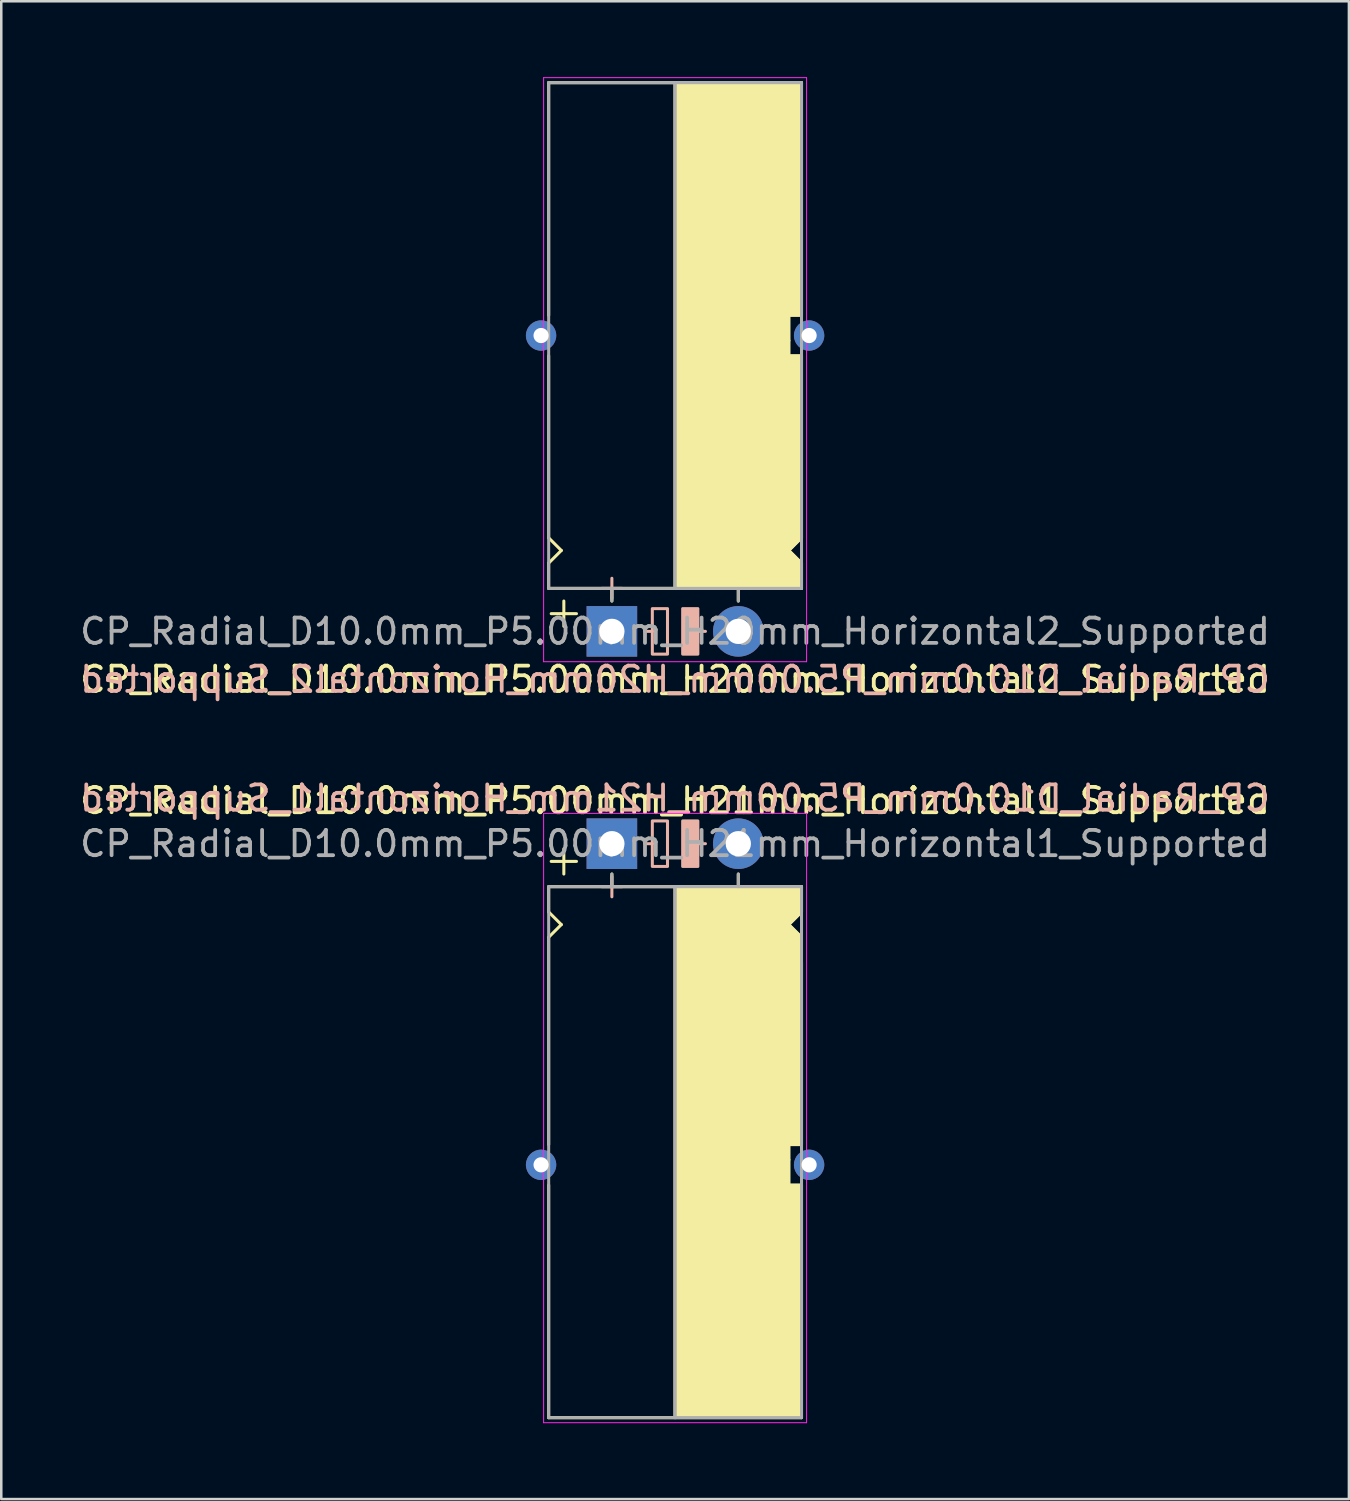
<source format=kicad_pcb>
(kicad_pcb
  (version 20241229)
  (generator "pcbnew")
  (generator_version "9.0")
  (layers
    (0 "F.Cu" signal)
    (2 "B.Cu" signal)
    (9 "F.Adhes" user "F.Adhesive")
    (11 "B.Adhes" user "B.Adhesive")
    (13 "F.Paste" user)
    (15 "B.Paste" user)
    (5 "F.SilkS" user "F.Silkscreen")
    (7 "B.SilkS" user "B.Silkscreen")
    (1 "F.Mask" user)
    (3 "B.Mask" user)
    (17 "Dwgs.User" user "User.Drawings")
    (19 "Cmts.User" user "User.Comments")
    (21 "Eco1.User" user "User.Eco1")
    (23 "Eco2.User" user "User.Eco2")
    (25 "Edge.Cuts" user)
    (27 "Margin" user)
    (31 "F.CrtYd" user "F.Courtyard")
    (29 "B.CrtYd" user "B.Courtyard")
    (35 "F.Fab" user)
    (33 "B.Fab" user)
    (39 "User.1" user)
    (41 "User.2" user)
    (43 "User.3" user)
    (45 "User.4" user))
  (footprint "CP_Radial_D10.0mm_P5.00mm_H21mm_Horizontal1_Supported"
    (layer "F.Cu")
    (at 21.149 30.317)
    (property "Reference" "CP_Radial_D10.0mm_P5.00mm_H21mm_Horizontal1_Supported" (at 2.5 -1.7 0) (layer "F.SilkS") (effects (font (size 1 1) (thickness 0.15))))
    (fp_line (start -2.5 1.7) (end -2.5 2.7) (stroke (width 0.12) (type solid)) (layer "F.SilkS"))
    (fp_line (start -2.5 2.7) (end -2 3.2) (stroke (width 0.12) (type solid)) (layer "F.SilkS"))
    (fp_line (start -2.5 3.7) (end -2.5 11.9) (stroke (width 0.12) (type solid)) (layer "F.SilkS"))
    (fp_line (start -2.5 13.5) (end -2.5 22.7) (stroke (width 0.12) (type solid)) (layer "F.SilkS"))
    (fp_line (start -2.5 22.7) (end 7.5 22.7) (stroke (width 0.12) (type solid)) (layer "F.SilkS"))
    (fp_line (start -2 3.2) (end -2.5 3.7) (stroke (width 0.12) (type solid)) (layer "F.SilkS"))
    (fp_line (start -1.9 0.2) (end -1.9 1.2) (stroke (width 0.12) (type solid)) (layer "F.SilkS"))
    (fp_line (start -1.4 0.7) (end -2.4 0.7) (stroke (width 0.12) (type solid)) (layer "F.SilkS"))
    (fp_line (start 0 1.7) (end 0 1.2) (stroke (width 0.12) (type solid)) (layer "F.SilkS"))
    (fp_line (start 2.5 1.7) (end -2.5 1.7) (stroke (width 0.12) (type solid)) (layer "F.SilkS"))
    (fp_line (start 2.5 22.7) (end 2.5 1.7) (stroke (width 0.12) (type solid)) (layer "F.SilkS"))
    (fp_line (start 5 1.7) (end 5 1.2) (stroke (width 0.12) (type solid)) (layer "F.SilkS"))
    (fp_line (start 7 3.2) (end 7.5 3.7) (stroke (width 0.12) (type solid)) (layer "F.SilkS"))
    (fp_line (start 7 11.9) (end 7.5 11.9) (stroke (width 0.12) (type solid)) (layer "F.SilkS"))
    (fp_line (start 7 12.5) (end 7 11.9) (stroke (width 0.12) (type solid)) (layer "F.SilkS"))
    (fp_line (start 7 13.5) (end 7 12.5) (stroke (width 0.12) (type solid)) (layer "F.SilkS"))
    (fp_line (start 7.5 1.7) (end 2.5 1.7) (stroke (width 0.12) (type solid)) (layer "F.SilkS"))
    (fp_line (start 7.5 1.7) (end 7.5 2.7) (stroke (width 0.12) (type solid)) (layer "F.SilkS"))
    (fp_line (start 7.5 2.7) (end 7 3.2) (stroke (width 0.12) (type solid)) (layer "F.SilkS"))
    (fp_line (start 7.5 4.7) (end 7.5 11.9) (stroke (width 0.12) (type solid)) (layer "F.SilkS"))
    (fp_line (start 7.5 13.5) (end 7 13.5) (stroke (width 0.12) (type solid)) (layer "F.SilkS"))
    (fp_line (start 7.5 13.5) (end 7.5 22.7) (stroke (width 0.12) (type solid)) (layer "F.SilkS"))
    (fp_poly (pts (xy 7.5 2.7) (xy 7 3.2) (xy 7.5 3.7) (xy 7.5 11.9) (xy 7 11.9) (xy 7 13.5) (xy 7.5 13.5) (xy 7.5 22.7) (xy 2.5 22.7) (xy 2.5 1.7) (xy 7.5 1.7)) (stroke (width 0.1) (type solid)) (fill yes) (layer "F.SilkS"))
    (fp_line (start 0 1.3) (end 0 2.1) (stroke (width 0.12) (type solid)) (layer "B.SilkS"))
    (fp_line (start 0.4 1.7) (end -0.4 1.7) (stroke (width 0.12) (type solid)) (layer "B.SilkS"))
    (fp_line (start 1.6 0) (end 1.3 0) (stroke (width 0.12) (type solid)) (layer "B.SilkS"))
    (fp_line (start 3.7 0) (end 3.4 0) (stroke (width 0.12) (type solid)) (layer "B.SilkS"))
    (fp_rect (start 2.2 -0.9) (end 1.6 0.9) (stroke (width 0.12) (type solid)) (fill no) (layer "B.SilkS"))
    (fp_rect (start 3.4 -0.9) (end 2.8 0.9) (stroke (width 0.12) (type solid)) (fill yes) (layer "B.SilkS"))
    (fp_line (start -2.7 -1.2) (end 5.3 -1.2) (stroke (width 0.04) (type solid)) (layer "F.CrtYd"))
    (fp_line (start -2.7 22.9) (end -2.7 -1.2) (stroke (width 0.04) (type solid)) (layer "F.CrtYd"))
    (fp_line (start 5.3 -1.2) (end 7.7 -1.2) (stroke (width 0.04) (type solid)) (layer "F.CrtYd"))
    (fp_line (start 7.7 -1.2) (end 7.7 22.9) (stroke (width 0.04) (type solid)) (layer "F.CrtYd"))
    (fp_line (start 7.7 22.9) (end -2.7 22.9) (stroke (width 0.04) (type solid)) (layer "F.CrtYd"))
    (fp_line (start -2.5 1.7) (end -2.5 22.7) (stroke (width 0.12) (type solid)) (layer "F.Fab"))
    (fp_line (start -2.5 22.7) (end 7.5 22.7) (stroke (width 0.12) (type solid)) (layer "F.Fab"))
    (fp_line (start 0 1.7) (end 0 1.2) (stroke (width 0.12) (type solid)) (layer "F.Fab"))
    (fp_line (start 2.5 1.7) (end 2.5 22.7) (stroke (width 0.12) (type solid)) (layer "F.Fab"))
    (fp_line (start 5 1.7) (end 5 1.2) (stroke (width 0.12) (type solid)) (layer "F.Fab"))
    (fp_line (start 7.5 1.7) (end -2.5 1.7) (stroke (width 0.12) (type solid)) (layer "F.Fab"))
    (fp_line (start 7.5 22.7) (end 7.5 1.7) (stroke (width 0.12) (type solid)) (layer "F.Fab"))
    (fp_poly (pts (xy 7.5 22.7) (xy 2.5 22.7) (xy 2.5 1.7) (xy 7.5 1.7)) (stroke (width 0.1) (type solid)) (fill no) (layer "F.Fab"))
    (fp_text user "${REFERENCE}" (at 2.5 -1.8 0) (layer "B.SilkS") (effects (font (size 1 1) (thickness 0.15)) (justify mirror)))
    (fp_text user "${REFERENCE}" (at 2.5 0 0) (layer "F.Fab") (effects (font (size 1 1) (thickness 0.15))))
    (pad "1" thru_hole rect (at 0 0) (size 2 2) (drill 1) (layers "*.Cu" "*.Mask"))
    (pad "2" thru_hole circle (at 5 0) (size 2 2) (drill 1) (layers "*.Cu" "*.Mask"))
    (pad "~" thru_hole circle (at -2.8 12.7) (size 1.2 1.2) (drill 0.6) (layers "*.Cu" "*.Mask"))
    (pad "~" thru_hole circle (at 7.8 12.7) (size 1.2 1.2) (drill 0.6) (layers "*.Cu" "*.Mask")))
  (footprint "CP_Radial_D10.0mm_P5.00mm_H20mm_Horizontal2_Supported"
    (layer "F.Cu")
    (at 21.149 21.92)
    (property "Reference" "CP_Radial_D10.0mm_P5.00mm_H20mm_Horizontal2_Supported" (at 2.5 1.9 0) (layer "F.SilkS") (effects (font (size 1 1) (thickness 0.15))))
    (fp_line (start -2.5 -21.7) (end 7.5 -21.7) (stroke (width 0.12) (type solid)) (layer "F.SilkS"))
    (fp_line (start -2.5 -12.5) (end -2.5 -21.7) (stroke (width 0.12) (type solid)) (layer "F.SilkS"))
    (fp_line (start -2.5 -3.7) (end -2.5 -10.9) (stroke (width 0.12) (type solid)) (layer "F.SilkS"))
    (fp_line (start -2.5 -2.7) (end -2 -3.2) (stroke (width 0.12) (type solid)) (layer "F.SilkS"))
    (fp_line (start -2.5 -1.7) (end -2.5 -2.7) (stroke (width 0.12) (type solid)) (layer "F.SilkS"))
    (fp_line (start -2 -3.2) (end -2.5 -3.7) (stroke (width 0.12) (type solid)) (layer "F.SilkS"))
    (fp_line (start -1.9 -1.2) (end -1.9 -0.2) (stroke (width 0.12) (type solid)) (layer "F.SilkS"))
    (fp_line (start -1.4 -0.7) (end -2.4 -0.7) (stroke (width 0.12) (type solid)) (layer "F.SilkS"))
    (fp_line (start 0 -1.7) (end 0 -1.2) (stroke (width 0.12) (type solid)) (layer "F.SilkS"))
    (fp_line (start 2.5 -21.7) (end 2.5 -1.7) (stroke (width 0.12) (type solid)) (layer "F.SilkS"))
    (fp_line (start 2.5 -1.7) (end -2.5 -1.7) (stroke (width 0.12) (type solid)) (layer "F.SilkS"))
    (fp_line (start 5 -1.7) (end 5 -1.2) (stroke (width 0.12) (type solid)) (layer "F.SilkS"))
    (fp_line (start 7 -12.5) (end 7 -11.5) (stroke (width 0.12) (type solid)) (layer "F.SilkS"))
    (fp_line (start 7 -11.5) (end 7 -10.9) (stroke (width 0.12) (type solid)) (layer "F.SilkS"))
    (fp_line (start 7 -10.9) (end 7.5 -10.9) (stroke (width 0.12) (type solid)) (layer "F.SilkS"))
    (fp_line (start 7 -3.2) (end 7.5 -3.7) (stroke (width 0.12) (type solid)) (layer "F.SilkS"))
    (fp_line (start 7.5 -12.5) (end 7 -12.5) (stroke (width 0.12) (type solid)) (layer "F.SilkS"))
    (fp_line (start 7.5 -12.5) (end 7.5 -21.7) (stroke (width 0.12) (type solid)) (layer "F.SilkS"))
    (fp_line (start 7.5 -3.7) (end 7.5 -10.9) (stroke (width 0.12) (type solid)) (layer "F.SilkS"))
    (fp_line (start 7.5 -2.7) (end 7 -3.2) (stroke (width 0.12) (type solid)) (layer "F.SilkS"))
    (fp_line (start 7.5 -1.7) (end 2.5 -1.7) (stroke (width 0.12) (type solid)) (layer "F.SilkS"))
    (fp_line (start 7.5 -1.7) (end 7.5 -2.7) (stroke (width 0.12) (type solid)) (layer "F.SilkS"))
    (fp_poly (pts (xy 7.5 -2.7) (xy 7 -3.2) (xy 7.5 -3.7) (xy 7.5 -10.9) (xy 7 -10.9) (xy 7 -12.5) (xy 7.5 -12.5) (xy 7.5 -21.7) (xy 2.5 -21.7) (xy 2.5 -1.7) (xy 7.5 -1.7)) (stroke (width 0.1) (type solid)) (fill yes) (layer "F.SilkS"))
    (fp_line (start 0 -2.1) (end 0 -1.3) (stroke (width 0.12) (type solid)) (layer "B.SilkS"))
    (fp_line (start 0.4 -1.7) (end -0.4 -1.7) (stroke (width 0.12) (type solid)) (layer "B.SilkS"))
    (fp_line (start 1.6 0) (end 1.3 0) (stroke (width 0.12) (type solid)) (layer "B.SilkS"))
    (fp_line (start 3.7 0) (end 3.4 0) (stroke (width 0.12) (type solid)) (layer "B.SilkS"))
    (fp_rect (start 2.2 -0.9) (end 1.6 0.9) (stroke (width 0.12) (type solid)) (fill no) (layer "B.SilkS"))
    (fp_rect (start 3.4 -0.9) (end 2.8 0.9) (stroke (width 0.12) (type solid)) (fill yes) (layer "B.SilkS"))
    (fp_line (start -2.7 -21.9) (end -2.7 1.2) (stroke (width 0.04) (type solid)) (layer "F.CrtYd"))
    (fp_line (start -2.7 1.2) (end 5.3 1.2) (stroke (width 0.04) (type solid)) (layer "F.CrtYd"))
    (fp_line (start 5.3 1.2) (end 7.7 1.2) (stroke (width 0.04) (type solid)) (layer "F.CrtYd"))
    (fp_line (start 7.7 -21.9) (end -2.7 -21.9) (stroke (width 0.04) (type solid)) (layer "F.CrtYd"))
    (fp_line (start 7.7 1.2) (end 7.7 -21.9) (stroke (width 0.04) (type solid)) (layer "F.CrtYd"))
    (fp_line (start -2.5 -21.7) (end 7.5 -21.7) (stroke (width 0.12) (type solid)) (layer "F.Fab"))
    (fp_line (start -2.5 -1.7) (end -2.5 -21.7) (stroke (width 0.12) (type solid)) (layer "F.Fab"))
    (fp_line (start 0 -1.7) (end 0 -1.2) (stroke (width 0.12) (type solid)) (layer "F.Fab"))
    (fp_line (start 2.5 -1.7) (end 2.5 -21.7) (stroke (width 0.12) (type solid)) (layer "F.Fab"))
    (fp_line (start 5 -1.7) (end 5 -1.2) (stroke (width 0.12) (type solid)) (layer "F.Fab"))
    (fp_line (start 7.5 -21.7) (end 7.5 -1.7) (stroke (width 0.12) (type solid)) (layer "F.Fab"))
    (fp_line (start 7.5 -1.7) (end -2.5 -1.7) (stroke (width 0.12) (type solid)) (layer "F.Fab"))
    (fp_poly (pts (xy 7.5 -21.7) (xy 2.5 -21.7) (xy 2.5 -1.7) (xy 7.5 -1.7)) (stroke (width 0.1) (type solid)) (fill no) (layer "F.Fab"))
    (fp_text user "${REFERENCE}" (at 2.5 1.9 0) (layer "B.SilkS") (effects (font (size 1 1) (thickness 0.15)) (justify mirror)))
    (fp_text user "${REFERENCE}" (at 2.5 0 0) (layer "F.Fab") (effects (font (size 1 1) (thickness 0.15))))
    (pad "1" thru_hole rect (at 0 0) (size 2 2) (drill 1) (layers "*.Cu" "*.Mask"))
    (pad "2" thru_hole circle (at 5 0) (size 2 2) (drill 1) (layers "*.Cu" "*.Mask"))
    (pad "~" thru_hole circle (at -2.8 -11.7 180) (size 1.2 1.2) (drill 0.6) (layers "*.Cu" "*.Mask"))
    (pad "~" thru_hole circle (at 7.8 -11.7 180) (size 1.2 1.2) (drill 0.6) (layers "*.Cu" "*.Mask")))
  (gr_rect
    (start -3 -3)
    (end 50.298 56.236)
    (stroke (width 0.1) (type default))
    (fill no)
    (layer "Edge.Cuts")))
</source>
